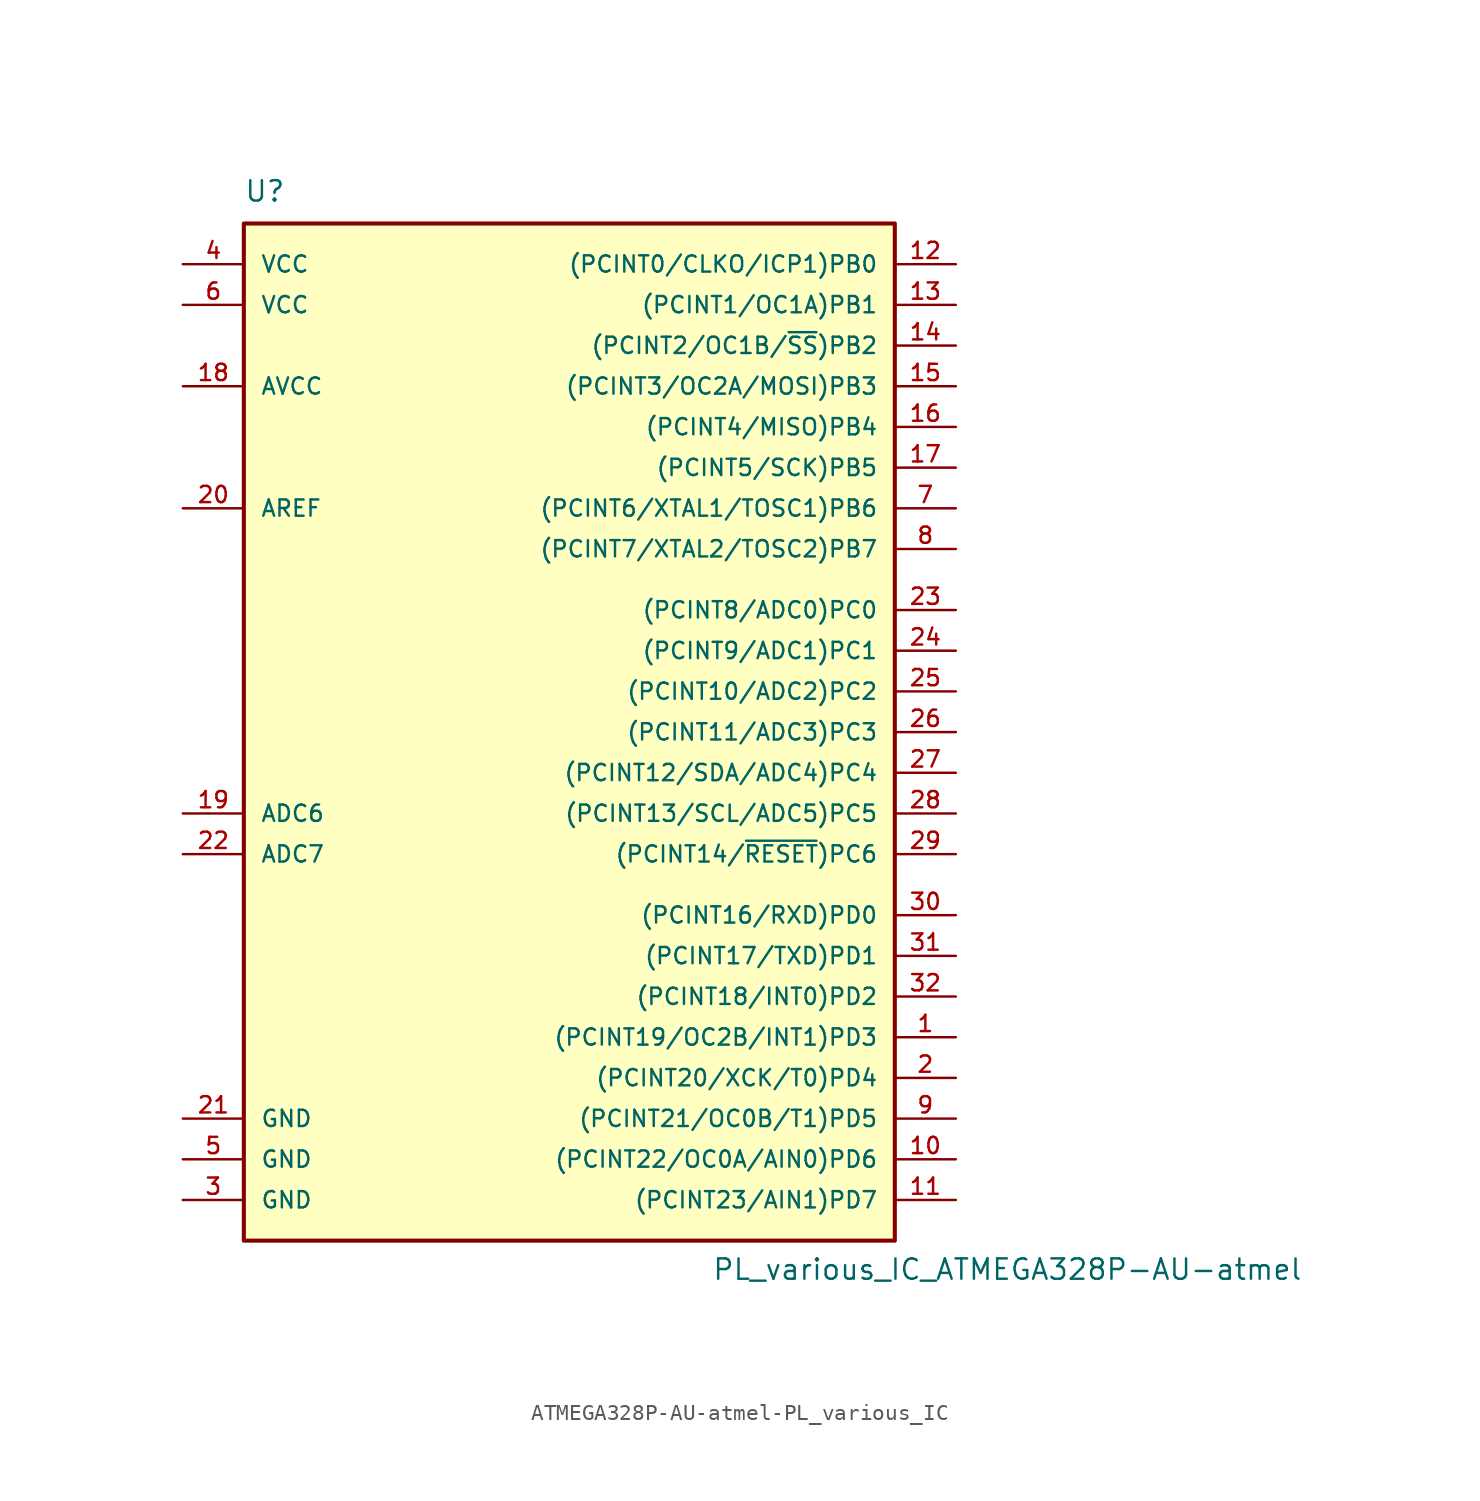
<source format=kicad_sym>
(kicad_symbol_lib
  (version 20220914)
  (generator kicad_symbol_editor)
  (symbol "ATMEGA328P-AU-atmel-PL_various_IC"
    (pin_names
      (offset 1.016))
    (property "Reference" "U"
      (at -19.05 31.75 0)
      (effects (font (size 1.27 1.27)) (justify left bottom)))
    (property "Value" "PL_various_IC_ATMEGA328P-AU-atmel"
      (at 10.16 -35.56 0)
      (effects (font (size 1.27 1.27)) (justify left bottom)))
    (symbol "ATMEGA328P-AU-atmel-PL_various_IC_0_1"
      (rectangle (start -19.05 30.48) (end 21.59 -33.02) (stroke (width 0.254) (type solid)) (fill (type background))))
    (symbol "ATMEGA328P-AU-atmel-PL_various_IC_1_1"
      (pin bidirectional line (at 25.4 -20.32 180) (length 3.81) (name "(PCINT19/OC2B/INT1)PD3" (effects (font (size 1.016 1.016)))) (number "1" (effects (font (size 1.016 1.016)))))
      (pin bidirectional line (at 25.4 -27.94 180) (length 3.81) (name "(PCINT22/OC0A/AIN0)PD6" (effects (font (size 1.016 1.016)))) (number "10" (effects (font (size 1.016 1.016)))))
      (pin bidirectional line (at 25.4 -30.48 180) (length 3.81) (name "(PCINT23/AIN1)PD7" (effects (font (size 1.016 1.016)))) (number "11" (effects (font (size 1.016 1.016)))))
      (pin bidirectional line (at 25.4 27.94 180) (length 3.81) (name "(PCINT0/CLKO/ICP1)PB0" (effects (font (size 1.016 1.016)))) (number "12" (effects (font (size 1.016 1.016)))))
      (pin bidirectional line (at 25.4 25.4 180) (length 3.81) (name "(PCINT1/OC1A)PB1" (effects (font (size 1.016 1.016)))) (number "13" (effects (font (size 1.016 1.016)))))
      (pin bidirectional line (at 25.4 22.86 180) (length 3.81) (name "(PCINT2/OC1B/~{SS})PB2" (effects (font (size 1.016 1.016)))) (number "14" (effects (font (size 1.016 1.016)))))
      (pin bidirectional line (at 25.4 20.32 180) (length 3.81) (name "(PCINT3/OC2A/MOSI)PB3" (effects (font (size 1.016 1.016)))) (number "15" (effects (font (size 1.016 1.016)))))
      (pin bidirectional line (at 25.4 17.78 180) (length 3.81) (name "(PCINT4/MISO)PB4" (effects (font (size 1.016 1.016)))) (number "16" (effects (font (size 1.016 1.016)))))
      (pin bidirectional line (at 25.4 15.24 180) (length 3.81) (name "(PCINT5/SCK)PB5" (effects (font (size 1.016 1.016)))) (number "17" (effects (font (size 1.016 1.016)))))
      (pin power_in line (at -22.86 20.32 0) (length 3.81) (name "AVCC" (effects (font (size 1.016 1.016)))) (number "18" (effects (font (size 1.016 1.016)))))
      (pin input line (at -22.86 -6.35 0) (length 3.81) (name "ADC6" (effects (font (size 1.016 1.016)))) (number "19" (effects (font (size 1.016 1.016)))))
      (pin bidirectional line (at 25.4 -22.86 180) (length 3.81) (name "(PCINT20/XCK/T0)PD4" (effects (font (size 1.016 1.016)))) (number "2" (effects (font (size 1.016 1.016)))))
      (pin bidirectional line (at -22.86 12.7 0) (length 3.81) (name "AREF" (effects (font (size 1.016 1.016)))) (number "20" (effects (font (size 1.016 1.016)))))
      (pin power_in line (at -22.86 -25.4 0) (length 3.81) (name "GND" (effects (font (size 1.016 1.016)))) (number "21" (effects (font (size 1.016 1.016)))))
      (pin input line (at -22.86 -8.89 0) (length 3.81) (name "ADC7" (effects (font (size 1.016 1.016)))) (number "22" (effects (font (size 1.016 1.016)))))
      (pin bidirectional line (at 25.4 6.35 180) (length 3.81) (name "(PCINT8/ADC0)PC0" (effects (font (size 1.016 1.016)))) (number "23" (effects (font (size 1.016 1.016)))))
      (pin bidirectional line (at 25.4 3.81 180) (length 3.81) (name "(PCINT9/ADC1)PC1" (effects (font (size 1.016 1.016)))) (number "24" (effects (font (size 1.016 1.016)))))
      (pin bidirectional line (at 25.4 1.27 180) (length 3.81) (name "(PCINT10/ADC2)PC2" (effects (font (size 1.016 1.016)))) (number "25" (effects (font (size 1.016 1.016)))))
      (pin bidirectional line (at 25.4 -1.27 180) (length 3.81) (name "(PCINT11/ADC3)PC3" (effects (font (size 1.016 1.016)))) (number "26" (effects (font (size 1.016 1.016)))))
      (pin bidirectional line (at 25.4 -3.81 180) (length 3.81) (name "(PCINT12/SDA/ADC4)PC4" (effects (font (size 1.016 1.016)))) (number "27" (effects (font (size 1.016 1.016)))))
      (pin bidirectional line (at 25.4 -6.35 180) (length 3.81) (name "(PCINT13/SCL/ADC5)PC5" (effects (font (size 1.016 1.016)))) (number "28" (effects (font (size 1.016 1.016)))))
      (pin bidirectional line (at 25.4 -8.89 180) (length 3.81) (name "(PCINT14/~{RESET})PC6" (effects (font (size 1.016 1.016)))) (number "29" (effects (font (size 1.016 1.016)))))
      (pin power_in line (at -22.86 -30.48 0) (length 3.81) (name "GND" (effects (font (size 1.016 1.016)))) (number "3" (effects (font (size 1.016 1.016)))))
      (pin bidirectional line (at 25.4 -12.7 180) (length 3.81) (name "(PCINT16/RXD)PD0" (effects (font (size 1.016 1.016)))) (number "30" (effects (font (size 1.016 1.016)))))
      (pin bidirectional line (at 25.4 -15.24 180) (length 3.81) (name "(PCINT17/TXD)PD1" (effects (font (size 1.016 1.016)))) (number "31" (effects (font (size 1.016 1.016)))))
      (pin bidirectional line (at 25.4 -17.78 180) (length 3.81) (name "(PCINT18/INT0)PD2" (effects (font (size 1.016 1.016)))) (number "32" (effects (font (size 1.016 1.016)))))
      (pin power_in line (at -22.86 27.94 0) (length 3.81) (name "VCC" (effects (font (size 1.016 1.016)))) (number "4" (effects (font (size 1.016 1.016)))))
      (pin power_in line (at -22.86 -27.94 0) (length 3.81) (name "GND" (effects (font (size 1.016 1.016)))) (number "5" (effects (font (size 1.016 1.016)))))
      (pin power_in line (at -22.86 25.4 0) (length 3.81) (name "VCC" (effects (font (size 1.016 1.016)))) (number "6" (effects (font (size 1.016 1.016)))))
      (pin bidirectional line (at 25.4 12.7 180) (length 3.81) (name "(PCINT6/XTAL1/TOSC1)PB6" (effects (font (size 1.016 1.016)))) (number "7" (effects (font (size 1.016 1.016)))))
      (pin bidirectional line (at 25.4 10.16 180) (length 3.81) (name "(PCINT7/XTAL2/TOSC2)PB7" (effects (font (size 1.016 1.016)))) (number "8" (effects (font (size 1.016 1.016)))))
      (pin bidirectional line (at 25.4 -25.4 180) (length 3.81) (name "(PCINT21/OC0B/T1)PD5" (effects (font (size 1.016 1.016)))) (number "9" (effects (font (size 1.016 1.016))))))))
</source>
